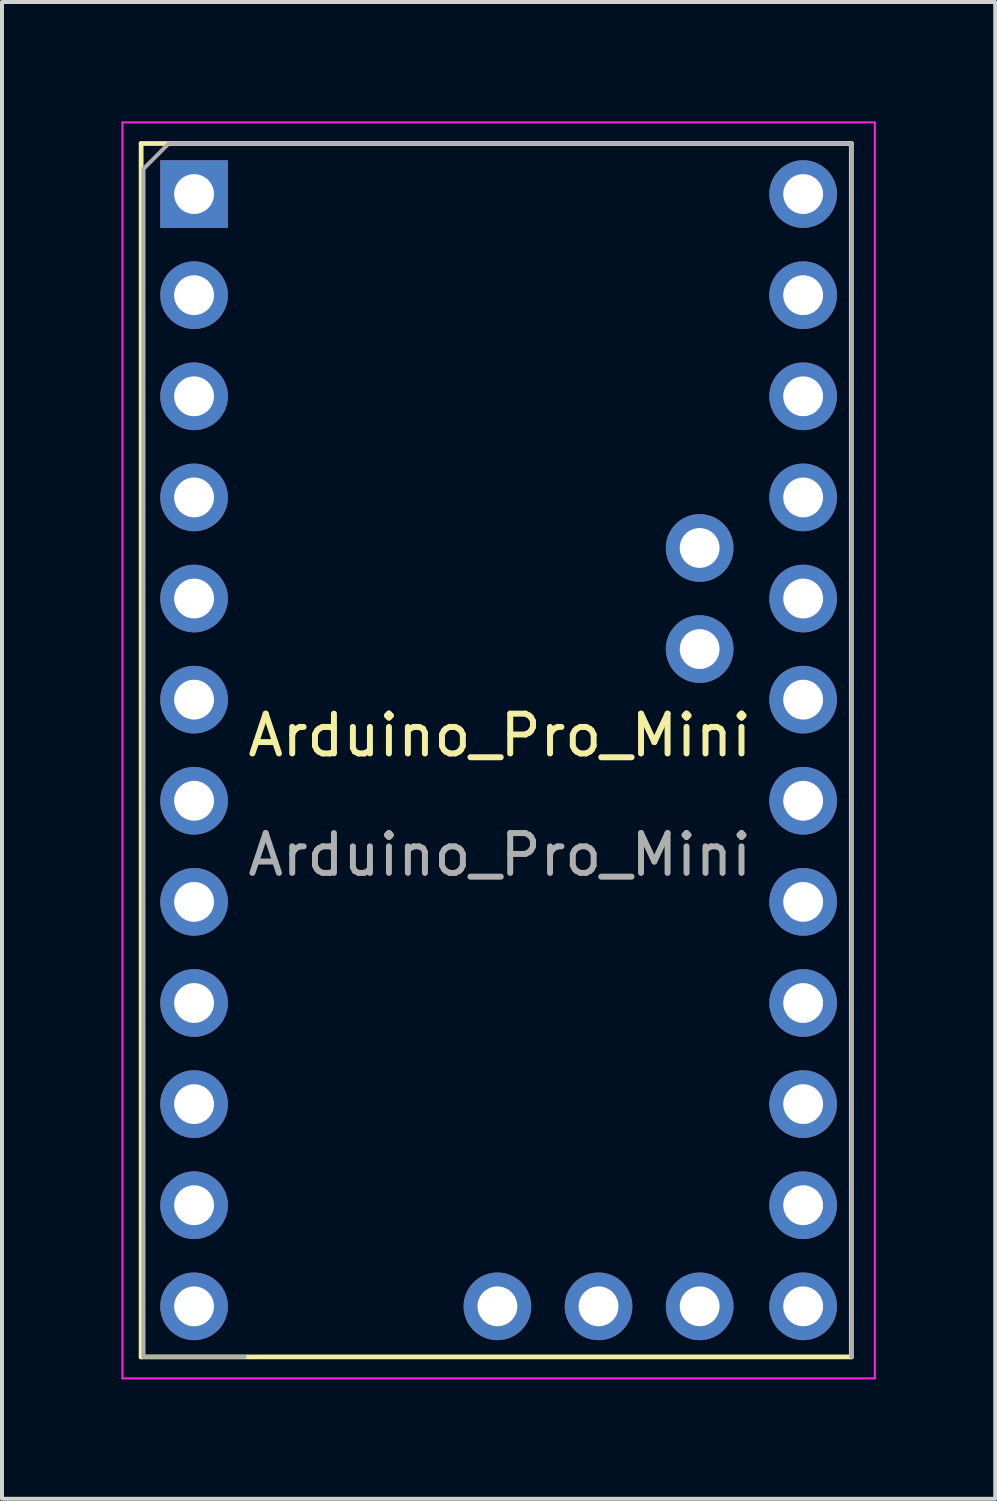
<source format=kicad_pcb>
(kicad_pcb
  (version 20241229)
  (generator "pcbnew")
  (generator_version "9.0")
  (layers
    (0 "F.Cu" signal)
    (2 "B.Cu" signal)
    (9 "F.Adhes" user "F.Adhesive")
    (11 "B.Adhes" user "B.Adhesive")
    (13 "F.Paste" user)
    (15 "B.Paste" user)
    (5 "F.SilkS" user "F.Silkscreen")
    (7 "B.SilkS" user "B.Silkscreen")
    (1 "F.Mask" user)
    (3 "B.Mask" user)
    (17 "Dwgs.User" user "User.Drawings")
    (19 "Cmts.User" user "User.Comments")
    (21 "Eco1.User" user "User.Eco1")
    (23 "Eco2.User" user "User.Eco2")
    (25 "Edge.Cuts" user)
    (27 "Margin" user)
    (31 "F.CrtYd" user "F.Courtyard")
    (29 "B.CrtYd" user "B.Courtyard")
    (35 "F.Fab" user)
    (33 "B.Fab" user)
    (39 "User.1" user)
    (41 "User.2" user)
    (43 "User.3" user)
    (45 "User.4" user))
  (footprint "Arduino_Pro_Mini"
    (layer "F.Cu")
    (at 9.505 15.795)
    (property "Reference" "Arduino_Pro_Mini" (at 0 -0.373 0) (unlocked yes) (layer "F.SilkS") (effects (font (size 1 1) (thickness 0.15))))
    (attr through_hole)
    (fp_line (start -9.01 -15.24) (end -9.01 15.24) (stroke (width 0.12) (type solid)) (layer "F.SilkS"))
    (fp_line (start -9.01 -15.24) (end 8.83 -15.24) (stroke (width 0.12) (type solid)) (layer "F.SilkS"))
    (fp_line (start -9.01 15.24) (end 8.83 15.24) (stroke (width 0.12) (type solid)) (layer "F.SilkS"))
    (fp_line (start 8.83 -15.24) (end 8.83 15.24) (stroke (width 0.12) (type solid)) (layer "F.SilkS"))
    (fp_line (start -9.48 -15.77) (end -9.48 15.78) (stroke (width 0.05) (type solid)) (layer "F.CrtYd"))
    (fp_line (start -9.48 15.78) (end 9.42 15.78) (stroke (width 0.05) (type solid)) (layer "F.CrtYd"))
    (fp_line (start 9.42 -15.77) (end -9.48 -15.77) (stroke (width 0.05) (type solid)) (layer "F.CrtYd"))
    (fp_line (start 9.42 15.78) (end 9.42 -15.77) (stroke (width 0.05) (type solid)) (layer "F.CrtYd"))
    (fp_line (start -8.95 -14.605) (end -8.315 -15.24) (stroke (width 0.1) (type solid)) (layer "F.Fab"))
    (fp_line (start -8.95 15.24) (end -8.95 -14.605) (stroke (width 0.1) (type solid)) (layer "F.Fab"))
    (fp_line (start -8.315 -15.24) (end 8.83 -15.24) (stroke (width 0.1) (type solid)) (layer "F.Fab"))
    (fp_line (start -6.41 15.24) (end -8.95 15.24) (stroke (width 0.1) (type solid)) (layer "F.Fab"))
    (fp_line (start 8.83 -15.24) (end 8.83 15.24) (stroke (width 0.1) (type solid)) (layer "F.Fab"))
    (fp_text user "${REFERENCE}" (at 0 2.627 0) (unlocked yes) (layer "F.Fab") (effects (font (size 1 1) (thickness 0.15))))
    (pad "1" thru_hole rect (at -7.68 -13.97) (size 1.7 1.7) (drill 1) (layers "*.Cu" "*.Mask"))
    (pad "2" thru_hole oval (at -7.68 -11.43) (size 1.7 1.7) (drill 1) (layers "*.Cu" "*.Mask"))
    (pad "3" thru_hole oval (at -7.68 -8.89) (size 1.7 1.7) (drill 1) (layers "*.Cu" "*.Mask"))
    (pad "4" thru_hole oval (at -7.68 -6.35) (size 1.7 1.7) (drill 1) (layers "*.Cu" "*.Mask"))
    (pad "5" thru_hole oval (at -7.68 -3.81) (size 1.7 1.7) (drill 1) (layers "*.Cu" "*.Mask"))
    (pad "6" thru_hole oval (at -7.68 -1.27) (size 1.7 1.7) (drill 1) (layers "*.Cu" "*.Mask"))
    (pad "7" thru_hole oval (at -7.68 1.27) (size 1.7 1.7) (drill 1) (layers "*.Cu" "*.Mask"))
    (pad "8" thru_hole oval (at -7.68 3.81) (size 1.7 1.7) (drill 1) (layers "*.Cu" "*.Mask"))
    (pad "9" thru_hole oval (at -7.68 6.35) (size 1.7 1.7) (drill 1) (layers "*.Cu" "*.Mask"))
    (pad "10" thru_hole oval (at -7.68 8.89) (size 1.7 1.7) (drill 1) (layers "*.Cu" "*.Mask"))
    (pad "11" thru_hole oval (at -7.68 11.43) (size 1.7 1.7) (drill 1) (layers "*.Cu" "*.Mask"))
    (pad "12" thru_hole oval (at -7.68 13.97) (size 1.7 1.7) (drill 1) (layers "*.Cu" "*.Mask"))
    (pad "13" thru_hole oval (at 7.62 13.97) (size 1.7 1.7) (drill 1) (layers "*.Cu" "*.Mask"))
    (pad "14" thru_hole oval (at 7.62 11.43) (size 1.7 1.7) (drill 1) (layers "*.Cu" "*.Mask"))
    (pad "15" thru_hole oval (at 7.62 8.89) (size 1.7 1.7) (drill 1) (layers "*.Cu" "*.Mask"))
    (pad "16" thru_hole oval (at 7.62 6.35) (size 1.7 1.7) (drill 1) (layers "*.Cu" "*.Mask"))
    (pad "17" thru_hole oval (at 7.62 3.81) (size 1.7 1.7) (drill 1) (layers "*.Cu" "*.Mask"))
    (pad "18" thru_hole oval (at 7.62 1.27) (size 1.7 1.7) (drill 1) (layers "*.Cu" "*.Mask"))
    (pad "19" thru_hole oval (at 7.62 -1.27) (size 1.7 1.7) (drill 1) (layers "*.Cu" "*.Mask"))
    (pad "20" thru_hole oval (at 7.62 -3.81) (size 1.7 1.7) (drill 1) (layers "*.Cu" "*.Mask"))
    (pad "21" thru_hole oval (at 7.62 -6.35) (size 1.7 1.7) (drill 1) (layers "*.Cu" "*.Mask"))
    (pad "22" thru_hole oval (at 7.62 -8.89) (size 1.7 1.7) (drill 1) (layers "*.Cu" "*.Mask"))
    (pad "23" thru_hole oval (at 7.62 -11.43) (size 1.7 1.7) (drill 1) (layers "*.Cu" "*.Mask"))
    (pad "24" thru_hole oval (at 7.62 -13.97) (size 1.7 1.7) (drill 1) (layers "*.Cu" "*.Mask"))
    (pad "25" thru_hole oval (at -0.06 13.97) (size 1.7 1.7) (drill 1) (layers "*.Cu" "*.Mask"))
    (pad "26" thru_hole oval (at 5.02 -5.08) (size 1.7 1.7) (drill 1) (layers "*.Cu" "*.Mask"))
    (pad "27" thru_hole oval (at 5.02 -2.54) (size 1.7 1.7) (drill 1) (layers "*.Cu" "*.Mask"))
    (pad "28" thru_hole oval (at 2.48 13.97) (size 1.7 1.7) (drill 1) (layers "*.Cu" "*.Mask"))
    (pad "29" thru_hole oval (at 5.02 13.97) (size 1.7 1.7) (drill 1) (layers "*.Cu" "*.Mask")))
  (gr_rect
    (start -3 -3)
    (end 21.95 34.6)
    (stroke (width 0.1) (type default))
    (fill no)
    (layer "Edge.Cuts")))
</source>
